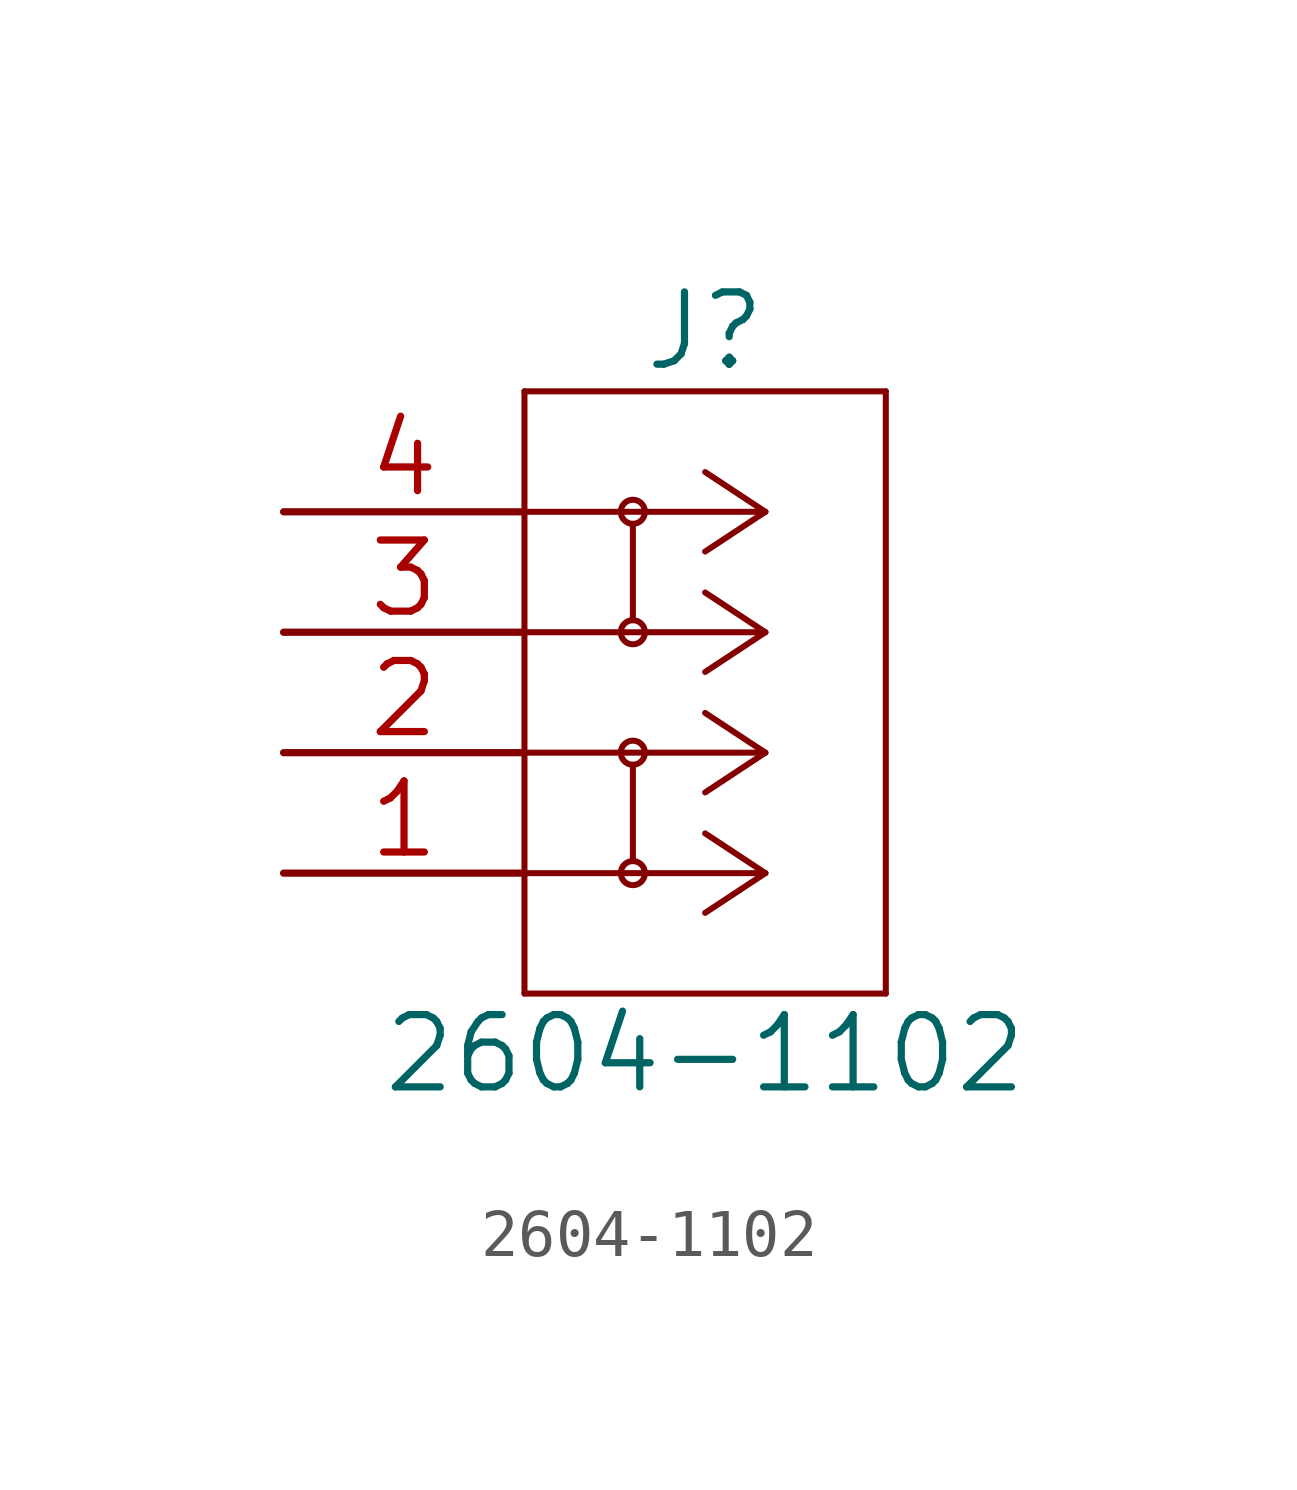
<source format=kicad_sym>
(kicad_symbol_lib
  (version 20211014)
  (generator kicad_symbol_editor)
  (symbol "2604-1102"
    (pin_names
      (offset 0.254) hide)
    (property "Reference" "J"
      (at -1.27 8.89 0)
      (effects (font (size 1.524 1.524))))
    (property "Value" "2604-1102"
      (at -1.27 -6.35 0)
      (effects (font (size 1.524 1.524))))
    (property "Datasheet" ""
      (at 0 0 0)
      (effects (font (size 1.524 1.524))))
    (property "ki_locked" ""
      (at 0 0 0)
      (effects (font (size 1.27 1.27))))
    (symbol "2604-1102_1_1"
      (circle (center -2.794 -2.54) (radius 0.254) (stroke (width 0.127) (type default) (color 0 0 0 0)) (fill (type none)))
      (circle (center -2.794 0) (radius 0.254) (stroke (width 0.127) (type default) (color 0 0 0 0)) (fill (type none)))
      (circle (center -2.794 2.54) (radius 0.254) (stroke (width 0.127) (type default) (color 0 0 0 0)) (fill (type none)))
      (circle (center -2.794 5.08) (radius 0.254) (stroke (width 0.127) (type default) (color 0 0 0 0)) (fill (type none)))
      (arc (start -2.54 -2.54) (mid -3.048 -2.54) (end -2.54 -2.54) (stroke (width 0.127) (type default) (color 0 0 0 0)) (fill (type none)))
      (arc (start -2.54 0) (mid -3.048 0) (end -2.54 0) (stroke (width 0.127) (type default) (color 0 0 0 0)) (fill (type none)))
      (arc (start -2.54 2.54) (mid -3.048 2.54) (end -2.54 2.54) (stroke (width 0.127) (type default) (color 0 0 0 0)) (fill (type none)))
      (arc (start -2.54 5.08) (mid -3.048 5.08) (end -2.54 5.08) (stroke (width 0.127) (type default) (color 0 0 0 0)) (fill (type none)))
      (polyline (pts (xy -5.08 -5.08) (xy 2.54 -5.08)) (stroke (width 0.127) (type default) (color 0 0 0 0)) (fill (type none)))
      (polyline (pts (xy -5.08 7.62) (xy -5.08 -5.08)) (stroke (width 0.127) (type default) (color 0 0 0 0)) (fill (type none)))
      (polyline (pts (xy -2.794 -0.254) (xy -2.794 -2.286)) (stroke (width 0.127) (type default) (color 0 0 0 0)) (fill (type none)))
      (polyline (pts (xy -2.794 4.826) (xy -2.794 2.794)) (stroke (width 0.127) (type default) (color 0 0 0 0)) (fill (type none)))
      (polyline (pts (xy 0 -2.54) (xy -5.08 -2.54)) (stroke (width 0.127) (type default) (color 0 0 0 0)) (fill (type none)))
      (polyline (pts (xy 0 -2.54) (xy -1.27 -3.378)) (stroke (width 0.127) (type default) (color 0 0 0 0)) (fill (type none)))
      (polyline (pts (xy 0 -2.54) (xy -1.27 -1.702)) (stroke (width 0.127) (type default) (color 0 0 0 0)) (fill (type none)))
      (polyline (pts (xy 0 0) (xy -5.08 0)) (stroke (width 0.127) (type default) (color 0 0 0 0)) (fill (type none)))
      (polyline (pts (xy 0 0) (xy -1.27 -0.838)) (stroke (width 0.127) (type default) (color 0 0 0 0)) (fill (type none)))
      (polyline (pts (xy 0 0) (xy -1.27 0.838)) (stroke (width 0.127) (type default) (color 0 0 0 0)) (fill (type none)))
      (polyline (pts (xy 0 2.54) (xy -5.08 2.54)) (stroke (width 0.127) (type default) (color 0 0 0 0)) (fill (type none)))
      (polyline (pts (xy 0 2.54) (xy -1.27 1.702)) (stroke (width 0.127) (type default) (color 0 0 0 0)) (fill (type none)))
      (polyline (pts (xy 0 2.54) (xy -1.27 3.378)) (stroke (width 0.127) (type default) (color 0 0 0 0)) (fill (type none)))
      (polyline (pts (xy 0 5.08) (xy -5.08 5.08)) (stroke (width 0.127) (type default) (color 0 0 0 0)) (fill (type none)))
      (polyline (pts (xy 0 5.08) (xy -1.27 4.242)) (stroke (width 0.127) (type default) (color 0 0 0 0)) (fill (type none)))
      (polyline (pts (xy 0 5.08) (xy -1.27 5.918)) (stroke (width 0.127) (type default) (color 0 0 0 0)) (fill (type none)))
      (polyline (pts (xy 2.54 -5.08) (xy 2.54 7.62)) (stroke (width 0.127) (type default) (color 0 0 0 0)) (fill (type none)))
      (polyline (pts (xy 2.54 7.62) (xy -5.08 7.62)) (stroke (width 0.127) (type default) (color 0 0 0 0)) (fill (type none)))
      (pin passive line (at -10.16 -2.54 0) (length 5.08) (name "1" (effects (font (size 1.499 1.499)))) (number "1" (effects (font (size 1.499 1.499)))))
      (pin passive line (at -10.16 0 0) (length 5.08) (name "2" (effects (font (size 1.499 1.499)))) (number "2" (effects (font (size 1.499 1.499)))))
      (pin passive line (at -10.16 2.54 0) (length 5.08) (name "3" (effects (font (size 1.499 1.499)))) (number "3" (effects (font (size 1.499 1.499)))))
      (pin passive line (at -10.16 5.08 0) (length 5.08) (name "4" (effects (font (size 1.499 1.499)))) (number "4" (effects (font (size 1.499 1.499))))))))
</source>
